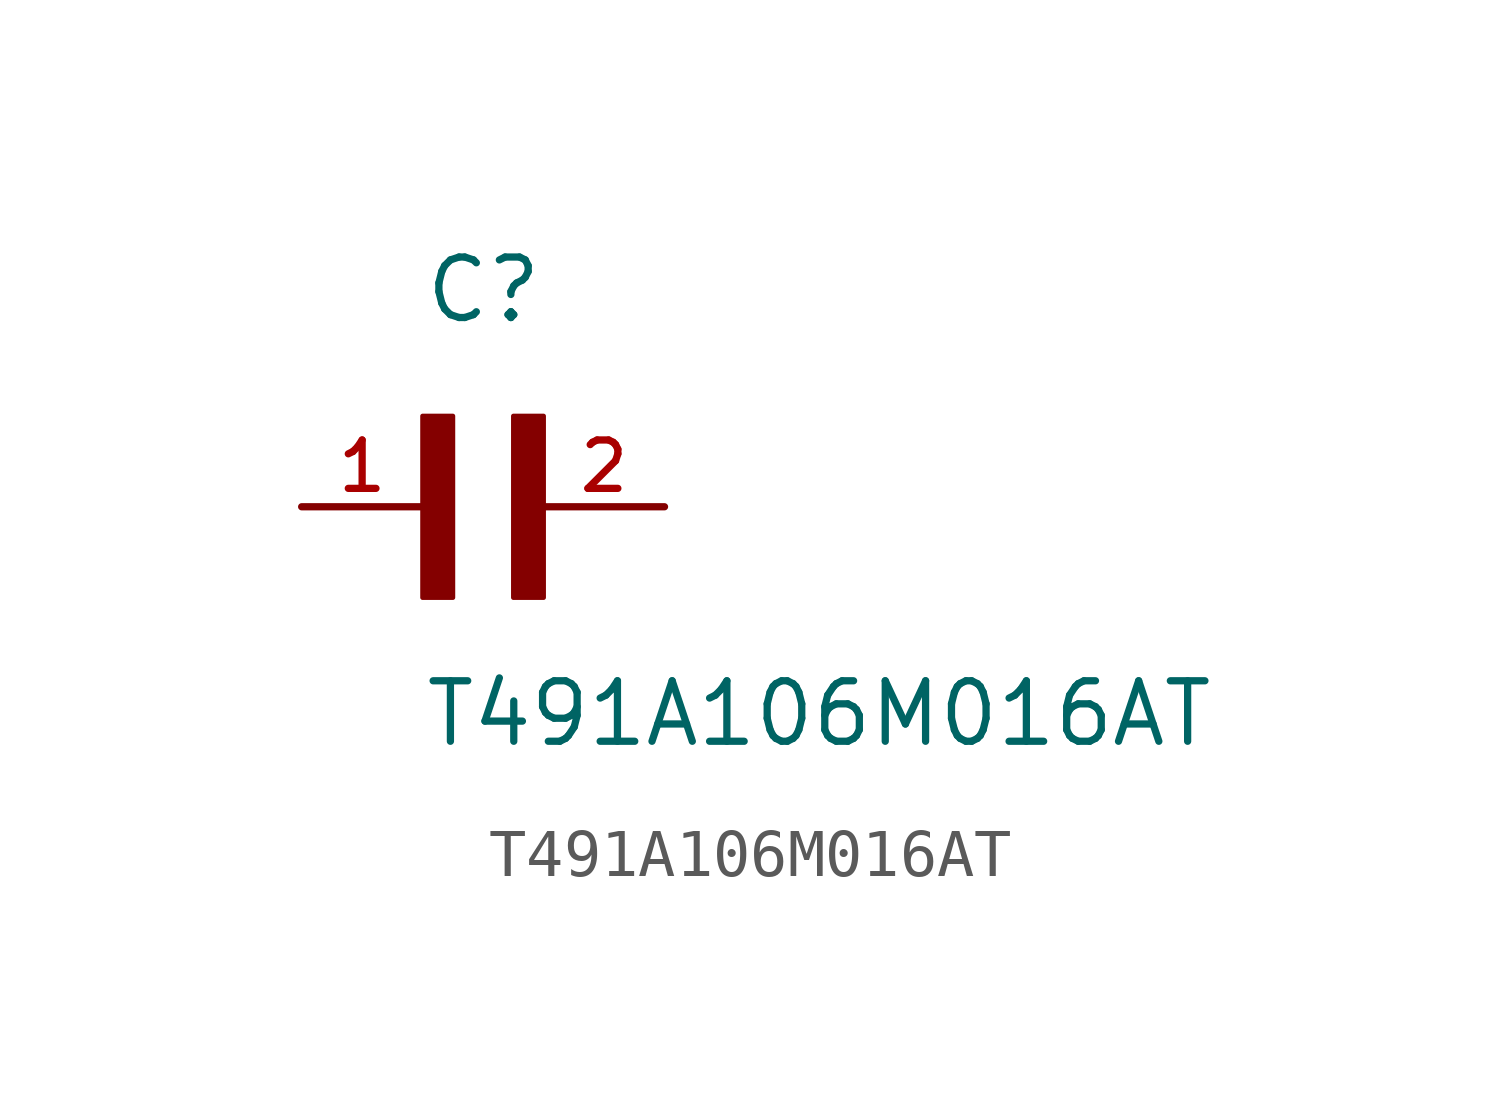
<source format=kicad_sym>
(kicad_symbol_lib
  (version 20211014)
  (generator kicad_symbol_editor)
  (symbol "T491A106M016AT"
    (pin_names
      (offset 1.016))
    (property "Reference" "C"
      (at 0.0 3.811 0)
      (effects (font (size 1.27 1.27)) (justify bottom left)))
    (property "Value" "T491A106M016AT"
      (at 0.0 -5.088 0)
      (effects (font (size 1.27 1.27)) (justify bottom left)))
    (symbol "T491A106M016AT_0_0"
      (rectangle (start 0.0 -1.907) (end 0.635 1.905) (stroke (width 0.1)) (fill (type outline)))
      (rectangle (start 1.907 -1.907) (end 2.54 1.905) (stroke (width 0.1)) (fill (type outline)))
      (pin passive line (at 5.08 0.0 180.0) (length 2.54) (name "~" (effects (font (size 1.016 1.016)))) (number "2" (effects (font (size 1.016 1.016)))))
      (pin passive line (at -2.54 0.0 0) (length 2.54) (name "~" (effects (font (size 1.016 1.016)))) (number "1" (effects (font (size 1.016 1.016))))))))
</source>
